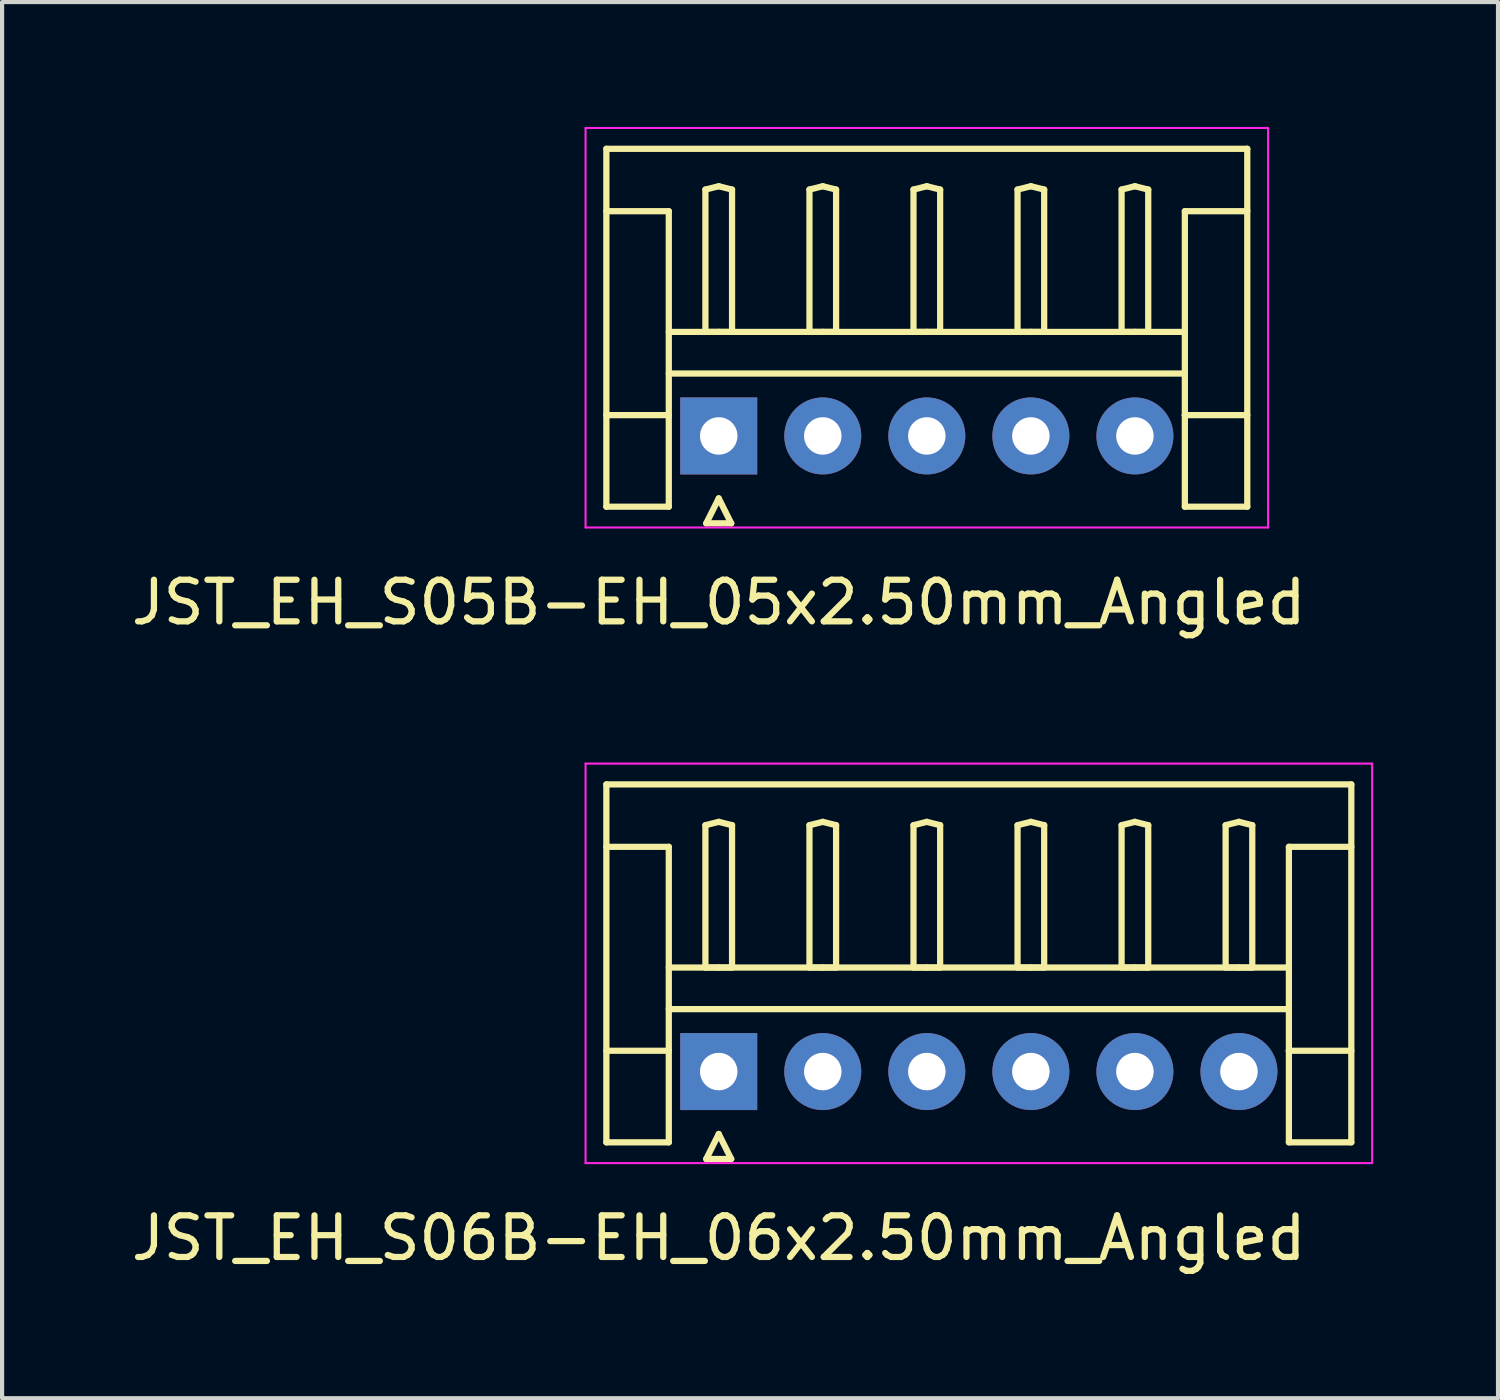
<source format=kicad_pcb>
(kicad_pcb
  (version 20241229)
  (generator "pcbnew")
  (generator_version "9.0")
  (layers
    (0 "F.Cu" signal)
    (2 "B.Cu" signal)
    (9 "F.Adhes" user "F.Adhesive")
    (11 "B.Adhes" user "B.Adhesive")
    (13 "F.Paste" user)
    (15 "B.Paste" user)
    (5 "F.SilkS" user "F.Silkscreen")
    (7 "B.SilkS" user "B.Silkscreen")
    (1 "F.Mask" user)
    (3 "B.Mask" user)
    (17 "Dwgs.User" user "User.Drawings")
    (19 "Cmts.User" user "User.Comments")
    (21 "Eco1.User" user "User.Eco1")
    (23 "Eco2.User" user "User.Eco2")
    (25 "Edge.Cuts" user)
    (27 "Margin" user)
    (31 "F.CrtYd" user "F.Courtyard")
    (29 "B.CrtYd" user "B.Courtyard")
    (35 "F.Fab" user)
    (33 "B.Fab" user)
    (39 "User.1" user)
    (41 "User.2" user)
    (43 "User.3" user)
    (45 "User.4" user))
  (footprint "JST_EH_S05B-EH_05x2.50mm_Angled"
    (layer "F.Cu")
    (at 14.22 7.425)
    (property "Reference" "JST_EH_S05B-EH_05x2.50mm_Angled" (at 0 4 0) (layer "F.SilkS") (effects (font (size 1 1) (thickness 0.15))))
    (attr through_hole)
    (fp_line (start -2.7 -6.9) (end 12.7 -6.9) (stroke (width 0.15) (type solid)) (layer "F.SilkS"))
    (fp_line (start -2.7 -5.4) (end -1.2 -5.4) (stroke (width 0.15) (type solid)) (layer "F.SilkS"))
    (fp_line (start -2.7 1.7) (end -2.7 -6.9) (stroke (width 0.15) (type solid)) (layer "F.SilkS"))
    (fp_line (start -1.2 -5.4) (end -1.2 -0.5) (stroke (width 0.15) (type solid)) (layer "F.SilkS"))
    (fp_line (start -1.2 -2.5) (end 11.2 -2.5) (stroke (width 0.15) (type solid)) (layer "F.SilkS"))
    (fp_line (start -1.2 -1.5) (end 11.2 -1.5) (stroke (width 0.15) (type solid)) (layer "F.SilkS"))
    (fp_line (start -1.2 -0.5) (end -2.7 -0.5) (stroke (width 0.15) (type solid)) (layer "F.SilkS"))
    (fp_line (start -1.2 -0.5) (end -1.2 1.7) (stroke (width 0.15) (type solid)) (layer "F.SilkS"))
    (fp_line (start -1.2 1.7) (end -2.7 1.7) (stroke (width 0.15) (type solid)) (layer "F.SilkS"))
    (fp_line (start -0.32 -5.92) (end 0 -6) (stroke (width 0.15) (type solid)) (layer "F.SilkS"))
    (fp_line (start -0.32 -2.5) (end -0.32 -5.92) (stroke (width 0.15) (type solid)) (layer "F.SilkS"))
    (fp_line (start -0.3 2.1) (end 0.3 2.1) (stroke (width 0.15) (type solid)) (layer "F.SilkS"))
    (fp_line (start 0 -6) (end 0.32 -5.92) (stroke (width 0.15) (type solid)) (layer "F.SilkS"))
    (fp_line (start 0 -2.5) (end -0.32 -2.5) (stroke (width 0.15) (type solid)) (layer "F.SilkS"))
    (fp_line (start 0 1.5) (end -0.3 2.1) (stroke (width 0.15) (type solid)) (layer "F.SilkS"))
    (fp_line (start 0.3 2.1) (end 0 1.5) (stroke (width 0.15) (type solid)) (layer "F.SilkS"))
    (fp_line (start 0.32 -5.92) (end 0.32 -2.5) (stroke (width 0.15) (type solid)) (layer "F.SilkS"))
    (fp_line (start 0.32 -2.5) (end 0 -2.5) (stroke (width 0.15) (type solid)) (layer "F.SilkS"))
    (fp_line (start 2.18 -5.92) (end 2.5 -6) (stroke (width 0.15) (type solid)) (layer "F.SilkS"))
    (fp_line (start 2.18 -2.5) (end 2.18 -5.92) (stroke (width 0.15) (type solid)) (layer "F.SilkS"))
    (fp_line (start 2.5 -6) (end 2.82 -5.92) (stroke (width 0.15) (type solid)) (layer "F.SilkS"))
    (fp_line (start 2.5 -2.5) (end 2.18 -2.5) (stroke (width 0.15) (type solid)) (layer "F.SilkS"))
    (fp_line (start 2.82 -5.92) (end 2.82 -2.5) (stroke (width 0.15) (type solid)) (layer "F.SilkS"))
    (fp_line (start 2.82 -2.5) (end 2.5 -2.5) (stroke (width 0.15) (type solid)) (layer "F.SilkS"))
    (fp_line (start 4.68 -5.92) (end 5 -6) (stroke (width 0.15) (type solid)) (layer "F.SilkS"))
    (fp_line (start 4.68 -2.5) (end 4.68 -5.92) (stroke (width 0.15) (type solid)) (layer "F.SilkS"))
    (fp_line (start 5 -6) (end 5.32 -5.92) (stroke (width 0.15) (type solid)) (layer "F.SilkS"))
    (fp_line (start 5 -2.5) (end 4.68 -2.5) (stroke (width 0.15) (type solid)) (layer "F.SilkS"))
    (fp_line (start 5.32 -5.92) (end 5.32 -2.5) (stroke (width 0.15) (type solid)) (layer "F.SilkS"))
    (fp_line (start 5.32 -2.5) (end 5 -2.5) (stroke (width 0.15) (type solid)) (layer "F.SilkS"))
    (fp_line (start 7.18 -5.92) (end 7.5 -6) (stroke (width 0.15) (type solid)) (layer "F.SilkS"))
    (fp_line (start 7.18 -2.5) (end 7.18 -5.92) (stroke (width 0.15) (type solid)) (layer "F.SilkS"))
    (fp_line (start 7.5 -6) (end 7.82 -5.92) (stroke (width 0.15) (type solid)) (layer "F.SilkS"))
    (fp_line (start 7.5 -2.5) (end 7.18 -2.5) (stroke (width 0.15) (type solid)) (layer "F.SilkS"))
    (fp_line (start 7.82 -5.92) (end 7.82 -2.5) (stroke (width 0.15) (type solid)) (layer "F.SilkS"))
    (fp_line (start 7.82 -2.5) (end 7.5 -2.5) (stroke (width 0.15) (type solid)) (layer "F.SilkS"))
    (fp_line (start 9.68 -5.92) (end 10 -6) (stroke (width 0.15) (type solid)) (layer "F.SilkS"))
    (fp_line (start 9.68 -2.5) (end 9.68 -5.92) (stroke (width 0.15) (type solid)) (layer "F.SilkS"))
    (fp_line (start 10 -6) (end 10.32 -5.92) (stroke (width 0.15) (type solid)) (layer "F.SilkS"))
    (fp_line (start 10 -2.5) (end 9.68 -2.5) (stroke (width 0.15) (type solid)) (layer "F.SilkS"))
    (fp_line (start 10.32 -5.92) (end 10.32 -2.5) (stroke (width 0.15) (type solid)) (layer "F.SilkS"))
    (fp_line (start 10.32 -2.5) (end 10 -2.5) (stroke (width 0.15) (type solid)) (layer "F.SilkS"))
    (fp_line (start 11.2 -5.4) (end 11.2 -0.5) (stroke (width 0.15) (type solid)) (layer "F.SilkS"))
    (fp_line (start 11.2 -0.5) (end 12.7 -0.5) (stroke (width 0.15) (type solid)) (layer "F.SilkS"))
    (fp_line (start 11.2 1.7) (end 11.2 -0.5) (stroke (width 0.15) (type solid)) (layer "F.SilkS"))
    (fp_line (start 12.7 -6.9) (end 12.7 1.7) (stroke (width 0.15) (type solid)) (layer "F.SilkS"))
    (fp_line (start 12.7 -5.4) (end 11.2 -5.4) (stroke (width 0.15) (type solid)) (layer "F.SilkS"))
    (fp_line (start 12.7 1.7) (end 11.2 1.7) (stroke (width 0.15) (type solid)) (layer "F.SilkS"))
    (fp_line (start -3.2 -7.4) (end -3.2 2.2) (stroke (width 0.05) (type solid)) (layer "F.CrtYd"))
    (fp_line (start -3.2 2.2) (end 13.2 2.2) (stroke (width 0.05) (type solid)) (layer "F.CrtYd"))
    (fp_line (start 13.2 -7.4) (end -3.2 -7.4) (stroke (width 0.05) (type solid)) (layer "F.CrtYd"))
    (fp_line (start 13.2 2.2) (end 13.2 -7.4) (stroke (width 0.05) (type solid)) (layer "F.CrtYd"))
    (pad "1" thru_hole rect (at 0 0) (size 1.85 1.85) (drill 0.9) (layers "*.Cu" "*.Mask"))
    (pad "2" thru_hole circle (at 2.5 0) (size 1.85 1.85) (drill 0.9) (layers "*.Cu" "*.Mask"))
    (pad "3" thru_hole circle (at 5 0) (size 1.85 1.85) (drill 0.9) (layers "*.Cu" "*.Mask"))
    (pad "4" thru_hole circle (at 7.5 0) (size 1.85 1.85) (drill 0.9) (layers "*.Cu" "*.Mask"))
    (pad "5" thru_hole circle (at 10 0) (size 1.85 1.85) (drill 0.9) (layers "*.Cu" "*.Mask")))
  (footprint "JST_EH_S06B-EH_06x2.50mm_Angled"
    (layer "F.Cu")
    (at 14.22 22.698)
    (property "Reference" "JST_EH_S06B-EH_06x2.50mm_Angled" (at 0 4 0) (layer "F.SilkS") (effects (font (size 1 1) (thickness 0.15))))
    (attr through_hole)
    (fp_line (start -2.7 -6.9) (end 15.2 -6.9) (stroke (width 0.15) (type solid)) (layer "F.SilkS"))
    (fp_line (start -2.7 -5.4) (end -1.2 -5.4) (stroke (width 0.15) (type solid)) (layer "F.SilkS"))
    (fp_line (start -2.7 1.7) (end -2.7 -6.9) (stroke (width 0.15) (type solid)) (layer "F.SilkS"))
    (fp_line (start -1.2 -5.4) (end -1.2 -0.5) (stroke (width 0.15) (type solid)) (layer "F.SilkS"))
    (fp_line (start -1.2 -2.5) (end 13.7 -2.5) (stroke (width 0.15) (type solid)) (layer "F.SilkS"))
    (fp_line (start -1.2 -1.5) (end 13.7 -1.5) (stroke (width 0.15) (type solid)) (layer "F.SilkS"))
    (fp_line (start -1.2 -0.5) (end -2.7 -0.5) (stroke (width 0.15) (type solid)) (layer "F.SilkS"))
    (fp_line (start -1.2 -0.5) (end -1.2 1.7) (stroke (width 0.15) (type solid)) (layer "F.SilkS"))
    (fp_line (start -1.2 1.7) (end -2.7 1.7) (stroke (width 0.15) (type solid)) (layer "F.SilkS"))
    (fp_line (start -0.32 -5.92) (end 0 -6) (stroke (width 0.15) (type solid)) (layer "F.SilkS"))
    (fp_line (start -0.32 -2.5) (end -0.32 -5.92) (stroke (width 0.15) (type solid)) (layer "F.SilkS"))
    (fp_line (start -0.3 2.1) (end 0.3 2.1) (stroke (width 0.15) (type solid)) (layer "F.SilkS"))
    (fp_line (start 0 -6) (end 0.32 -5.92) (stroke (width 0.15) (type solid)) (layer "F.SilkS"))
    (fp_line (start 0 -2.5) (end -0.32 -2.5) (stroke (width 0.15) (type solid)) (layer "F.SilkS"))
    (fp_line (start 0 1.5) (end -0.3 2.1) (stroke (width 0.15) (type solid)) (layer "F.SilkS"))
    (fp_line (start 0.3 2.1) (end 0 1.5) (stroke (width 0.15) (type solid)) (layer "F.SilkS"))
    (fp_line (start 0.32 -5.92) (end 0.32 -2.5) (stroke (width 0.15) (type solid)) (layer "F.SilkS"))
    (fp_line (start 0.32 -2.5) (end 0 -2.5) (stroke (width 0.15) (type solid)) (layer "F.SilkS"))
    (fp_line (start 2.18 -5.92) (end 2.5 -6) (stroke (width 0.15) (type solid)) (layer "F.SilkS"))
    (fp_line (start 2.18 -2.5) (end 2.18 -5.92) (stroke (width 0.15) (type solid)) (layer "F.SilkS"))
    (fp_line (start 2.5 -6) (end 2.82 -5.92) (stroke (width 0.15) (type solid)) (layer "F.SilkS"))
    (fp_line (start 2.5 -2.5) (end 2.18 -2.5) (stroke (width 0.15) (type solid)) (layer "F.SilkS"))
    (fp_line (start 2.82 -5.92) (end 2.82 -2.5) (stroke (width 0.15) (type solid)) (layer "F.SilkS"))
    (fp_line (start 2.82 -2.5) (end 2.5 -2.5) (stroke (width 0.15) (type solid)) (layer "F.SilkS"))
    (fp_line (start 4.68 -5.92) (end 5 -6) (stroke (width 0.15) (type solid)) (layer "F.SilkS"))
    (fp_line (start 4.68 -2.5) (end 4.68 -5.92) (stroke (width 0.15) (type solid)) (layer "F.SilkS"))
    (fp_line (start 5 -6) (end 5.32 -5.92) (stroke (width 0.15) (type solid)) (layer "F.SilkS"))
    (fp_line (start 5 -2.5) (end 4.68 -2.5) (stroke (width 0.15) (type solid)) (layer "F.SilkS"))
    (fp_line (start 5.32 -5.92) (end 5.32 -2.5) (stroke (width 0.15) (type solid)) (layer "F.SilkS"))
    (fp_line (start 5.32 -2.5) (end 5 -2.5) (stroke (width 0.15) (type solid)) (layer "F.SilkS"))
    (fp_line (start 7.18 -5.92) (end 7.5 -6) (stroke (width 0.15) (type solid)) (layer "F.SilkS"))
    (fp_line (start 7.18 -2.5) (end 7.18 -5.92) (stroke (width 0.15) (type solid)) (layer "F.SilkS"))
    (fp_line (start 7.5 -6) (end 7.82 -5.92) (stroke (width 0.15) (type solid)) (layer "F.SilkS"))
    (fp_line (start 7.5 -2.5) (end 7.18 -2.5) (stroke (width 0.15) (type solid)) (layer "F.SilkS"))
    (fp_line (start 7.82 -5.92) (end 7.82 -2.5) (stroke (width 0.15) (type solid)) (layer "F.SilkS"))
    (fp_line (start 7.82 -2.5) (end 7.5 -2.5) (stroke (width 0.15) (type solid)) (layer "F.SilkS"))
    (fp_line (start 9.68 -5.92) (end 10 -6) (stroke (width 0.15) (type solid)) (layer "F.SilkS"))
    (fp_line (start 9.68 -2.5) (end 9.68 -5.92) (stroke (width 0.15) (type solid)) (layer "F.SilkS"))
    (fp_line (start 10 -6) (end 10.32 -5.92) (stroke (width 0.15) (type solid)) (layer "F.SilkS"))
    (fp_line (start 10 -2.5) (end 9.68 -2.5) (stroke (width 0.15) (type solid)) (layer "F.SilkS"))
    (fp_line (start 10.32 -5.92) (end 10.32 -2.5) (stroke (width 0.15) (type solid)) (layer "F.SilkS"))
    (fp_line (start 10.32 -2.5) (end 10 -2.5) (stroke (width 0.15) (type solid)) (layer "F.SilkS"))
    (fp_line (start 12.18 -5.92) (end 12.5 -6) (stroke (width 0.15) (type solid)) (layer "F.SilkS"))
    (fp_line (start 12.18 -2.5) (end 12.18 -5.92) (stroke (width 0.15) (type solid)) (layer "F.SilkS"))
    (fp_line (start 12.5 -6) (end 12.82 -5.92) (stroke (width 0.15) (type solid)) (layer "F.SilkS"))
    (fp_line (start 12.5 -2.5) (end 12.18 -2.5) (stroke (width 0.15) (type solid)) (layer "F.SilkS"))
    (fp_line (start 12.82 -5.92) (end 12.82 -2.5) (stroke (width 0.15) (type solid)) (layer "F.SilkS"))
    (fp_line (start 12.82 -2.5) (end 12.5 -2.5) (stroke (width 0.15) (type solid)) (layer "F.SilkS"))
    (fp_line (start 13.7 -5.4) (end 13.7 -0.5) (stroke (width 0.15) (type solid)) (layer "F.SilkS"))
    (fp_line (start 13.7 -0.5) (end 15.2 -0.5) (stroke (width 0.15) (type solid)) (layer "F.SilkS"))
    (fp_line (start 13.7 1.7) (end 13.7 -0.5) (stroke (width 0.15) (type solid)) (layer "F.SilkS"))
    (fp_line (start 15.2 -6.9) (end 15.2 1.7) (stroke (width 0.15) (type solid)) (layer "F.SilkS"))
    (fp_line (start 15.2 -5.4) (end 13.7 -5.4) (stroke (width 0.15) (type solid)) (layer "F.SilkS"))
    (fp_line (start 15.2 1.7) (end 13.7 1.7) (stroke (width 0.15) (type solid)) (layer "F.SilkS"))
    (fp_line (start -3.2 -7.4) (end -3.2 2.2) (stroke (width 0.05) (type solid)) (layer "F.CrtYd"))
    (fp_line (start -3.2 2.2) (end 15.7 2.2) (stroke (width 0.05) (type solid)) (layer "F.CrtYd"))
    (fp_line (start 15.7 -7.4) (end -3.2 -7.4) (stroke (width 0.05) (type solid)) (layer "F.CrtYd"))
    (fp_line (start 15.7 2.2) (end 15.7 -7.4) (stroke (width 0.05) (type solid)) (layer "F.CrtYd"))
    (pad "1" thru_hole rect (at 0 0) (size 1.85 1.85) (drill 0.9) (layers "*.Cu" "*.Mask"))
    (pad "2" thru_hole circle (at 2.5 0) (size 1.85 1.85) (drill 0.9) (layers "*.Cu" "*.Mask"))
    (pad "3" thru_hole circle (at 5 0) (size 1.85 1.85) (drill 0.9) (layers "*.Cu" "*.Mask"))
    (pad "4" thru_hole circle (at 7.5 0) (size 1.85 1.85) (drill 0.9) (layers "*.Cu" "*.Mask"))
    (pad "5" thru_hole circle (at 10 0) (size 1.85 1.85) (drill 0.9) (layers "*.Cu" "*.Mask"))
    (pad "6" thru_hole circle (at 12.5 0) (size 1.85 1.85) (drill 0.9) (layers "*.Cu" "*.Mask")))
  (gr_rect
    (start -3 -3)
    (end 32.945 30.547)
    (stroke (width 0.1) (type default))
    (fill no)
    (layer "Edge.Cuts")))
</source>
